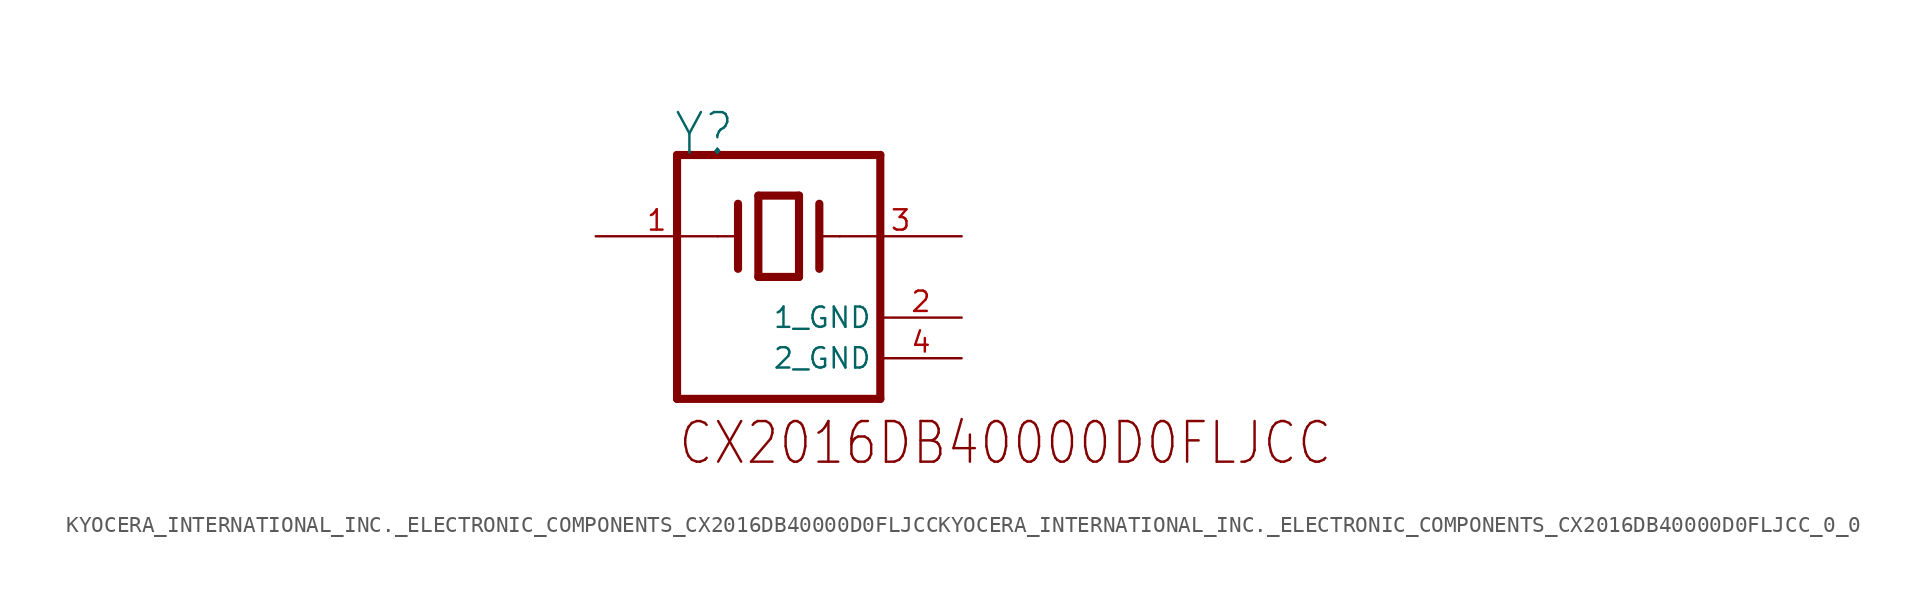
<source format=kicad_sym>
(kicad_symbol_lib
  (version 20220914)
  (generator kicad_symbol_editor)
  (symbol "KYOCERA_INTERNATIONAL_INC._ELECTRONIC_COMPONENTS_CX2016DB40000D0FLJCCKYOCERA_INTERNATIONAL_INC._ELECTRONIC_COMPONENTS_CX2016DB40000D0FLJCC_0_0"
    (property "Reference" "Y"
      (at 2.286 0.254 0)
      (effects (font (size 2.54 2.159)) (justify left top)))
    (property "ki_locked" ""
      (at 0 0 0)
      (effects (font (size 1.27 1.27))))
    (symbol "KYOCERA_INTERNATIONAL_INC._ELECTRONIC_COMPONENTS_CX2016DB40000D0FLJCCKYOCERA_INTERNATIONAL_INC._ELECTRONIC_COMPONENTS_CX2016DB40000D0FLJCC_0_0_1_0"
      (polyline (pts (xy 2.54 -17.78) (xy 2.54 -2.54)) (stroke (width 0.508) (type solid)) (fill (type none)))
      (polyline (pts (xy 2.54 -2.54) (xy 15.24 -2.54)) (stroke (width 0.508) (type solid)) (fill (type none)))
      (polyline (pts (xy 5.08 -7.62) (xy 6.35 -7.62)) (stroke (width 0.15) (type solid)) (fill (type none)))
      (polyline (pts (xy 6.35 -5.588) (xy 6.35 -9.652)) (stroke (width 0.508) (type solid)) (fill (type none)))
      (polyline (pts (xy 7.62 -5.08) (xy 7.62 -10.16)) (stroke (width 0.508) (type solid)) (fill (type none)))
      (polyline (pts (xy 7.62 -5.08) (xy 10.16 -5.08)) (stroke (width 0.508) (type solid)) (fill (type none)))
      (polyline (pts (xy 10.16 -10.16) (xy 7.62 -10.16)) (stroke (width 0.508) (type solid)) (fill (type none)))
      (polyline (pts (xy 10.16 -5.08) (xy 10.16 -10.16)) (stroke (width 0.508) (type solid)) (fill (type none)))
      (polyline (pts (xy 11.43 -5.588) (xy 11.43 -9.652)) (stroke (width 0.508) (type solid)) (fill (type none)))
      (polyline (pts (xy 12.7 -7.62) (xy 11.43 -7.62)) (stroke (width 0.15) (type solid)) (fill (type none)))
      (polyline (pts (xy 15.24 -17.78) (xy 2.54 -17.78)) (stroke (width 0.508) (type solid)) (fill (type none)))
      (polyline (pts (xy 15.24 -2.54) (xy 15.24 -17.78)) (stroke (width 0.508) (type solid)) (fill (type none)))
      (text "CX2016DB40000D0FLJCC" (at 2.54 -19.05 0) (effects (font (size 2.54 2.159)) (justify left top)))
      (pin passive line (at -2.54 -7.62 0) (length 7.62) (name "1" (effects (font (size 0 0)))) (number "1" (effects (font (size 1.27 1.27)))))
      (pin power_in line (at 20.32 -12.7 180) (length 5.08) (name "1_GND" (effects (font (size 1.27 1.27)))) (number "2" (effects (font (size 1.27 1.27)))))
      (pin passive line (at 20.32 -7.62 180) (length 7.62) (name "3" (effects (font (size 0 0)))) (number "3" (effects (font (size 1.27 1.27)))))
      (pin power_in line (at 20.32 -15.24 180) (length 5.08) (name "2_GND" (effects (font (size 1.27 1.27)))) (number "4" (effects (font (size 1.27 1.27))))))))
</source>
